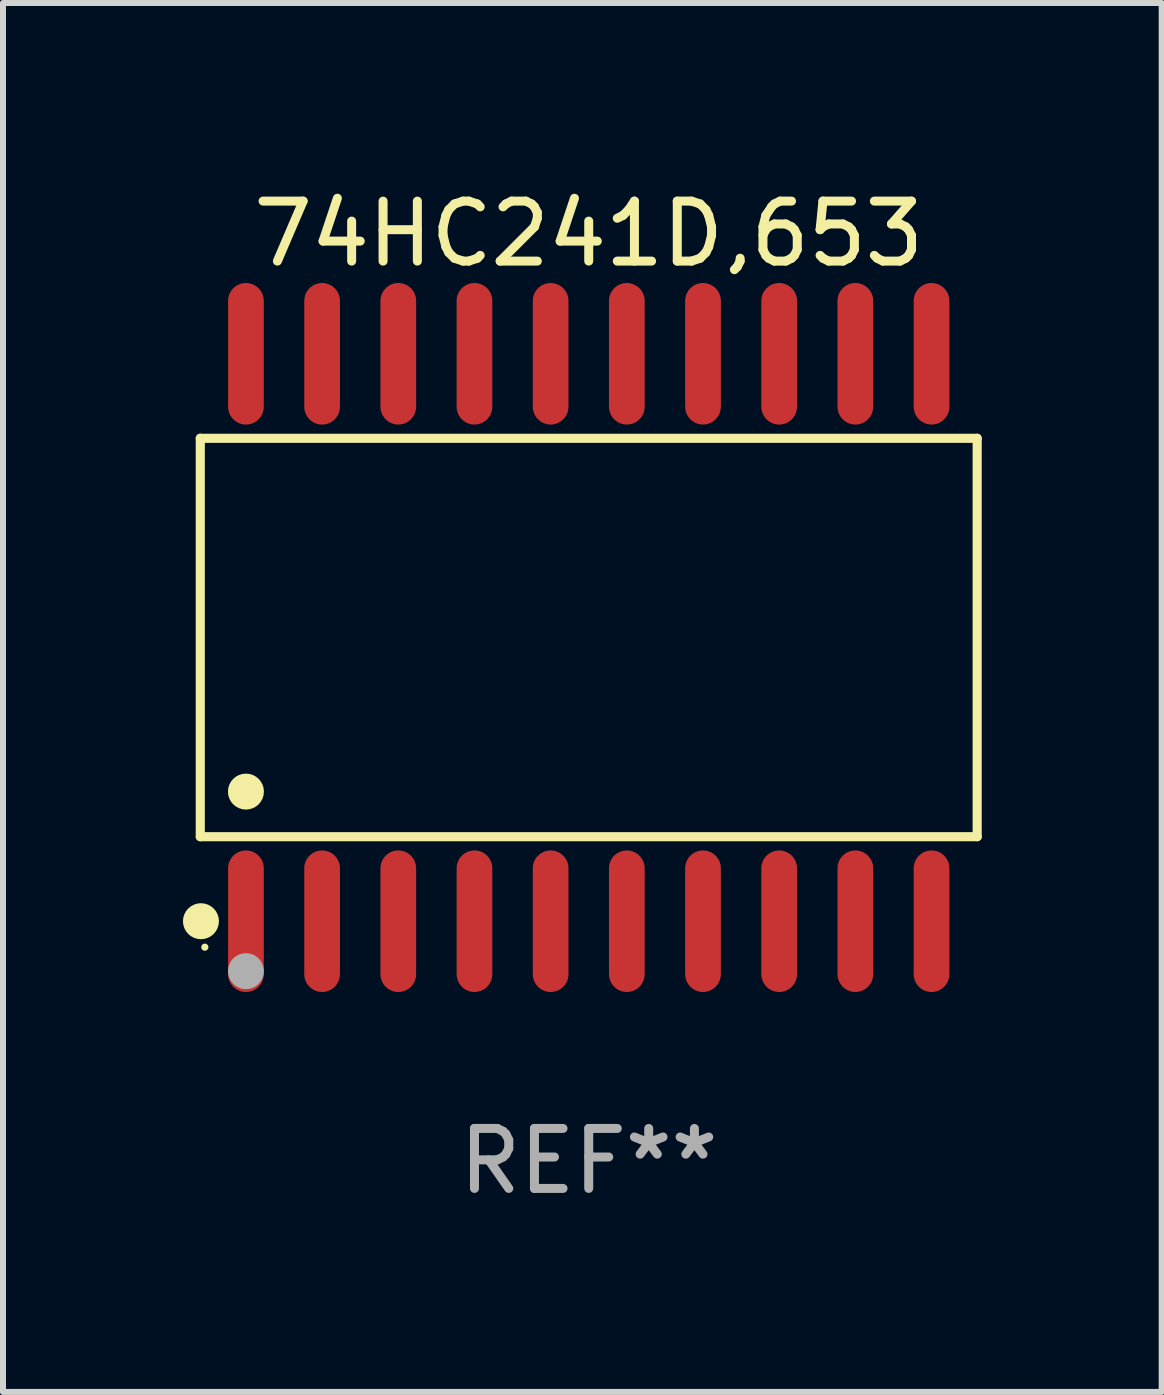
<source format=kicad_pcb>
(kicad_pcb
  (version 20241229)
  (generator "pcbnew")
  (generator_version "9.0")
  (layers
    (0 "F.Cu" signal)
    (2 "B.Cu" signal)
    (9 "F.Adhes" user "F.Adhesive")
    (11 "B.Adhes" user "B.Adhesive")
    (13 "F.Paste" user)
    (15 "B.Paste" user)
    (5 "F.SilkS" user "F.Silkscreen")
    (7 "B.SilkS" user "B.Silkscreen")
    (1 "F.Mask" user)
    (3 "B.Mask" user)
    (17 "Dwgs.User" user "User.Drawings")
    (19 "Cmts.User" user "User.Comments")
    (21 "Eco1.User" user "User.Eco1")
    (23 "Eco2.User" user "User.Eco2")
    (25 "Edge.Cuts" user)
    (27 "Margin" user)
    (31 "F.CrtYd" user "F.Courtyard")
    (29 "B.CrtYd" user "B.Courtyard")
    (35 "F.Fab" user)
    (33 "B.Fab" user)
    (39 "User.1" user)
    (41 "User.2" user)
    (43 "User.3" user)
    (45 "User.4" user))
  (footprint "74HC241D,653"
    (layer "F.Cu")
    (at 6.765 7.578)
    (property "Reference" "74HC241D,653" (at 0 -6.73 0) (layer "F.SilkS") (effects (font (size 1 1) (thickness 0.15))))
    (attr through_hole)
    (fp_line (start -6.476 -3.321) (end 6.476 -3.321) (stroke (width 0.152) (type solid)) (layer "F.SilkS"))
    (fp_line (start -6.476 3.321) (end -6.476 -3.321) (stroke (width 0.152) (type solid)) (layer "F.SilkS"))
    (fp_line (start 6.476 -3.321) (end 6.476 3.321) (stroke (width 0.152) (type solid)) (layer "F.SilkS"))
    (fp_line (start 6.476 3.321) (end -6.476 3.321) (stroke (width 0.152) (type solid)) (layer "F.SilkS"))
    (fp_circle (center -6.465 4.73) (end -6.315 4.73) (stroke (width 0.3) (type solid)) (fill no) (layer "F.SilkS"))
    (fp_circle (center -6.4 5.163) (end -6.37 5.163) (stroke (width 0.06) (type solid)) (fill no) (layer "F.SilkS"))
    (fp_circle (center -5.715 2.569) (end -5.565 2.569) (stroke (width 0.3) (type solid)) (fill no) (layer "F.SilkS"))
    (fp_circle (center -5.715 5.563) (end -5.565 5.563) (stroke (width 0.3) (type solid)) (fill no) (layer "F.Fab"))
    (fp_text user "REF**" (at 0 8.73 0) (layer "F.Fab") (effects (font (size 1 1) (thickness 0.15))))
    (pad "1" smd oval (at -5.715 4.73) (size 0.595 2.36) (layers "F.Cu" "F.Mask" "F.Paste"))
    (pad "2" smd oval (at -4.445 4.73) (size 0.595 2.36) (layers "F.Cu" "F.Mask" "F.Paste"))
    (pad "3" smd oval (at -3.175 4.73) (size 0.595 2.36) (layers "F.Cu" "F.Mask" "F.Paste"))
    (pad "4" smd oval (at -1.905 4.73) (size 0.595 2.36) (layers "F.Cu" "F.Mask" "F.Paste"))
    (pad "5" smd oval (at -0.635 4.73) (size 0.595 2.36) (layers "F.Cu" "F.Mask" "F.Paste"))
    (pad "6" smd oval (at 0.635 4.73) (size 0.595 2.36) (layers "F.Cu" "F.Mask" "F.Paste"))
    (pad "7" smd oval (at 1.905 4.73) (size 0.595 2.36) (layers "F.Cu" "F.Mask" "F.Paste"))
    (pad "8" smd oval (at 3.175 4.73) (size 0.595 2.36) (layers "F.Cu" "F.Mask" "F.Paste"))
    (pad "9" smd oval (at 4.445 4.73) (size 0.595 2.36) (layers "F.Cu" "F.Mask" "F.Paste"))
    (pad "10" smd oval (at 5.715 4.73) (size 0.595 2.36) (layers "F.Cu" "F.Mask" "F.Paste"))
    (pad "11" smd oval (at 5.715 -4.73) (size 0.595 2.36) (layers "F.Cu" "F.Mask" "F.Paste"))
    (pad "12" smd oval (at 4.445 -4.73) (size 0.595 2.36) (layers "F.Cu" "F.Mask" "F.Paste"))
    (pad "13" smd oval (at 3.175 -4.73) (size 0.595 2.36) (layers "F.Cu" "F.Mask" "F.Paste"))
    (pad "14" smd oval (at 1.905 -4.73) (size 0.595 2.36) (layers "F.Cu" "F.Mask" "F.Paste"))
    (pad "15" smd oval (at 0.635 -4.73) (size 0.595 2.36) (layers "F.Cu" "F.Mask" "F.Paste"))
    (pad "16" smd oval (at -0.635 -4.73) (size 0.595 2.36) (layers "F.Cu" "F.Mask" "F.Paste"))
    (pad "17" smd oval (at -1.905 -4.73) (size 0.595 2.36) (layers "F.Cu" "F.Mask" "F.Paste"))
    (pad "18" smd oval (at -3.175 -4.73) (size 0.595 2.36) (layers "F.Cu" "F.Mask" "F.Paste"))
    (pad "19" smd oval (at -4.445 -4.73) (size 0.595 2.36) (layers "F.Cu" "F.Mask" "F.Paste"))
    (pad "20" smd oval (at -5.715 -4.73) (size 0.595 2.36) (layers "F.Cu" "F.Mask" "F.Paste")))
  (gr_rect
    (start -3 -3)
    (end 16.317 20.156)
    (stroke (width 0.1) (type default))
    (fill no)
    (layer "Edge.Cuts")))
</source>
